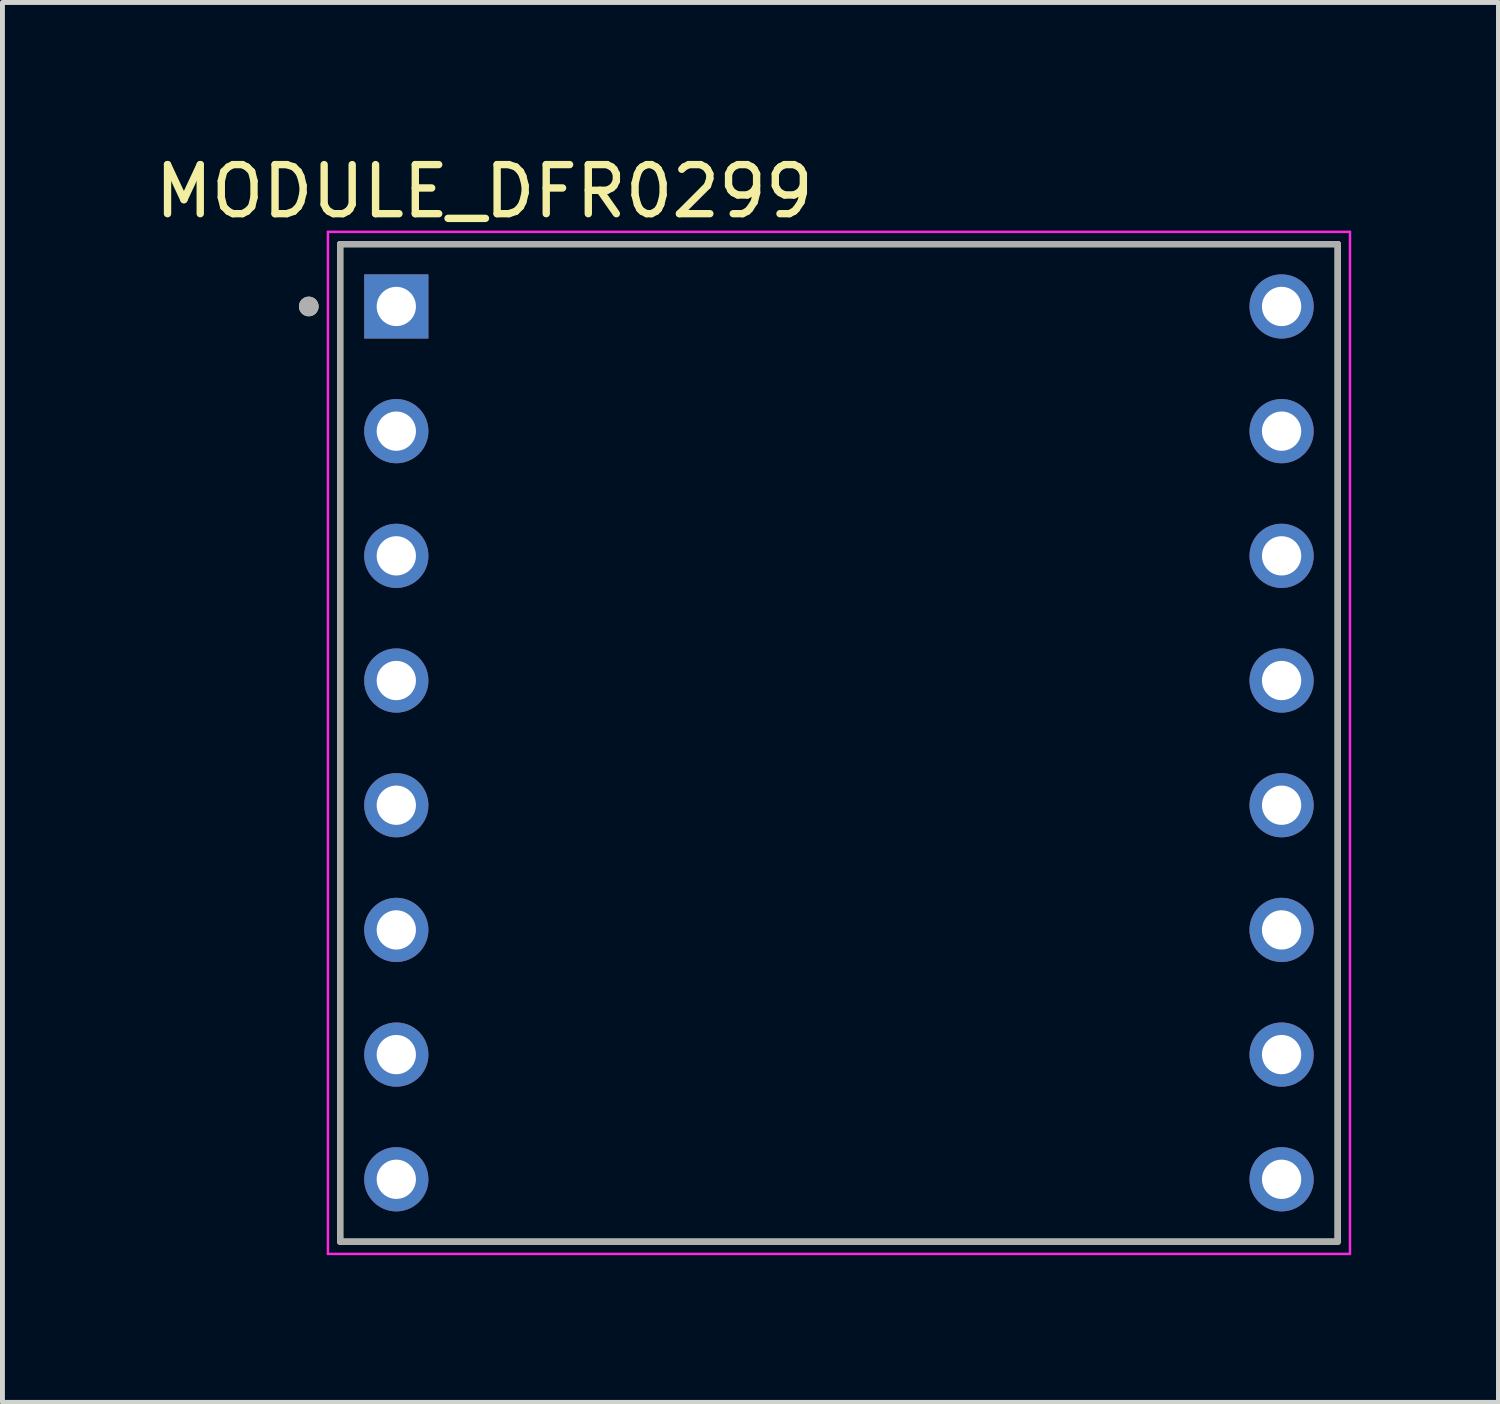
<source format=kicad_pcb>
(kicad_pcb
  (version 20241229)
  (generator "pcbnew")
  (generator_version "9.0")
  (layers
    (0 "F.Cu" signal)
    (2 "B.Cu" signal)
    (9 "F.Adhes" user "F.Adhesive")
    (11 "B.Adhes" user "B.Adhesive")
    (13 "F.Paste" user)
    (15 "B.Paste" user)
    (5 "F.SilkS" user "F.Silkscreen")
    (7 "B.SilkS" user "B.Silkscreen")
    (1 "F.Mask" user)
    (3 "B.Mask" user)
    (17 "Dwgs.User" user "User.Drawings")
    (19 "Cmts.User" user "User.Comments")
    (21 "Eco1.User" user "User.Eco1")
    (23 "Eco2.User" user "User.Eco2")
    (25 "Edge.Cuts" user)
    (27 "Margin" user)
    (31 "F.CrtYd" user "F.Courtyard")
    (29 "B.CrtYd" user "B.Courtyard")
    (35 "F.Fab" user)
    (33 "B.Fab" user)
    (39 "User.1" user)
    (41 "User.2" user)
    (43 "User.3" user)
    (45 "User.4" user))
  (footprint "MODULE_DFR0299"
    (layer "F.Cu")
    (at 14.04 12.083)
    (property "Reference" "MODULE_DFR0299" (at -7.225 -11.235 0) (layer "F.SilkS") (effects (font (size 1 1) (thickness 0.15))))
    (attr through_hole)
    (fp_line (start -10.16 -10.16) (end 10.16 -10.16) (stroke (width 0.127) (type solid)) (layer "F.SilkS"))
    (fp_line (start -10.16 10.16) (end -10.16 -10.16) (stroke (width 0.127) (type solid)) (layer "F.SilkS"))
    (fp_line (start 10.16 -10.16) (end 10.16 10.16) (stroke (width 0.127) (type solid)) (layer "F.SilkS"))
    (fp_line (start 10.16 10.16) (end -10.16 10.16) (stroke (width 0.127) (type solid)) (layer "F.SilkS"))
    (fp_circle (center -10.8 -8.89) (end -10.7 -8.89) (stroke (width 0.2) (type solid)) (fill no) (layer "F.SilkS"))
    (fp_line (start -10.41 -10.41) (end 10.41 -10.41) (stroke (width 0.05) (type solid)) (layer "F.CrtYd"))
    (fp_line (start -10.41 10.41) (end -10.41 -10.41) (stroke (width 0.05) (type solid)) (layer "F.CrtYd"))
    (fp_line (start 10.41 -10.41) (end 10.41 10.41) (stroke (width 0.05) (type solid)) (layer "F.CrtYd"))
    (fp_line (start 10.41 10.41) (end -10.41 10.41) (stroke (width 0.05) (type solid)) (layer "F.CrtYd"))
    (fp_line (start -10.16 -10.16) (end 10.16 -10.16) (stroke (width 0.127) (type solid)) (layer "F.Fab"))
    (fp_line (start -10.16 10.16) (end -10.16 -10.16) (stroke (width 0.127) (type solid)) (layer "F.Fab"))
    (fp_line (start 10.16 -10.16) (end 10.16 10.16) (stroke (width 0.127) (type solid)) (layer "F.Fab"))
    (fp_line (start 10.16 10.16) (end -10.16 10.16) (stroke (width 0.127) (type solid)) (layer "F.Fab"))
    (fp_circle (center -10.8 -8.89) (end -10.7 -8.89) (stroke (width 0.2) (type solid)) (fill no) (layer "F.Fab"))
    (pad "1" thru_hole rect (at -9.017 -8.89) (size 1.308 1.308) (drill 0.8) (layers "*.Cu" "*.Mask"))
    (pad "2" thru_hole circle (at -9.017 -6.35) (size 1.308 1.308) (drill 0.8) (layers "*.Cu" "*.Mask"))
    (pad "3" thru_hole circle (at -9.017 -3.81) (size 1.308 1.308) (drill 0.8) (layers "*.Cu" "*.Mask"))
    (pad "4" thru_hole circle (at -9.017 -1.27) (size 1.308 1.308) (drill 0.8) (layers "*.Cu" "*.Mask"))
    (pad "5" thru_hole circle (at -9.017 1.27) (size 1.308 1.308) (drill 0.8) (layers "*.Cu" "*.Mask"))
    (pad "6" thru_hole circle (at -9.017 3.81) (size 1.308 1.308) (drill 0.8) (layers "*.Cu" "*.Mask"))
    (pad "7" thru_hole circle (at -9.017 6.35) (size 1.308 1.308) (drill 0.8) (layers "*.Cu" "*.Mask"))
    (pad "8" thru_hole circle (at -9.017 8.89) (size 1.308 1.308) (drill 0.8) (layers "*.Cu" "*.Mask"))
    (pad "9" thru_hole circle (at 9.017 8.89) (size 1.308 1.308) (drill 0.8) (layers "*.Cu" "*.Mask"))
    (pad "10" thru_hole circle (at 9.017 6.35) (size 1.308 1.308) (drill 0.8) (layers "*.Cu" "*.Mask"))
    (pad "11" thru_hole circle (at 9.017 3.81) (size 1.308 1.308) (drill 0.8) (layers "*.Cu" "*.Mask"))
    (pad "12" thru_hole circle (at 9.017 1.27) (size 1.308 1.308) (drill 0.8) (layers "*.Cu" "*.Mask"))
    (pad "13" thru_hole circle (at 9.017 -1.27) (size 1.308 1.308) (drill 0.8) (layers "*.Cu" "*.Mask"))
    (pad "14" thru_hole circle (at 9.017 -3.81) (size 1.308 1.308) (drill 0.8) (layers "*.Cu" "*.Mask"))
    (pad "15" thru_hole circle (at 9.017 -6.35) (size 1.308 1.308) (drill 0.8) (layers "*.Cu" "*.Mask"))
    (pad "16" thru_hole circle (at 9.017 -8.89) (size 1.308 1.308) (drill 0.8) (layers "*.Cu" "*.Mask")))
  (gr_rect
    (start -3 -3)
    (end 27.475 25.518)
    (stroke (width 0.1) (type default))
    (fill no)
    (layer "Edge.Cuts")))
</source>
